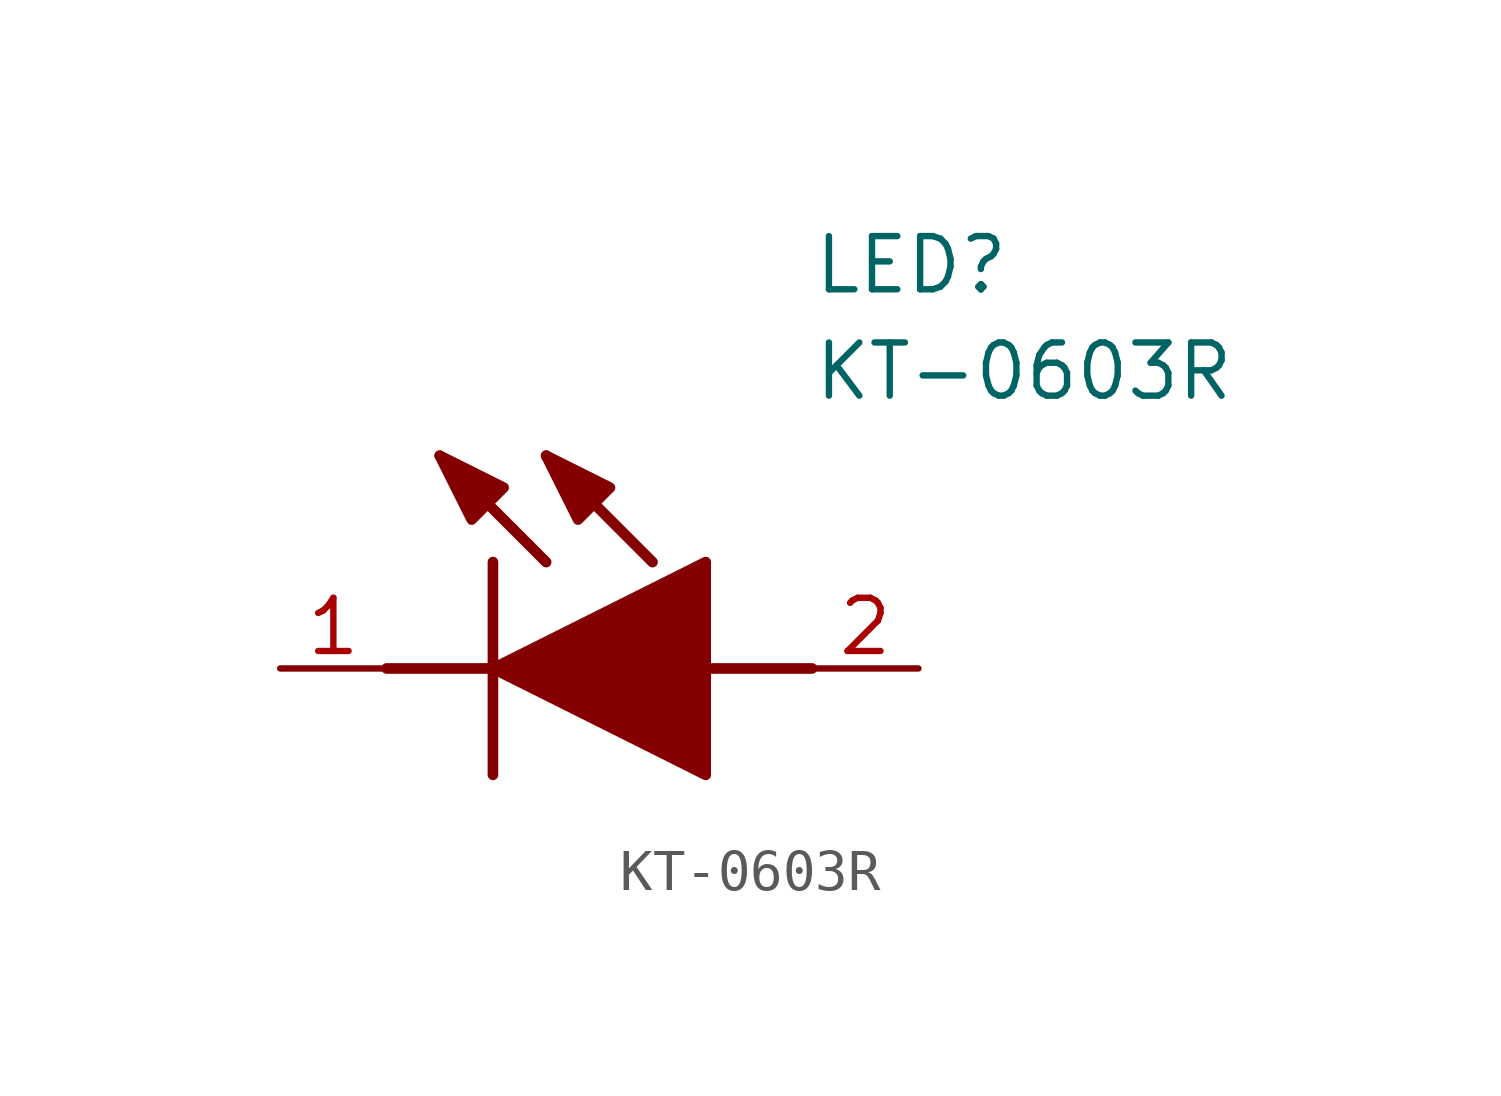
<source format=kicad_sym>
(kicad_symbol_lib
  (version 20220914)
  (generator SamacSys_ECAD_Model)
  (symbol "KT-0603R"
    (pin_names hide)
    (property "Reference" "LED"
      (at 12.7 8.89 0)
      (effects (font (size 1.27 1.27)) (justify left bottom)))
    (property "Value" "KT-0603R"
      (at 12.7 6.35 0)
      (effects (font (size 1.27 1.27)) (justify left bottom)))
    (polyline
      (pts (xy 5.08 2.54) (xy 5.08 -2.54))
      (stroke (width 0.254) (type default))
      (fill (type none)))
    (polyline
      (pts (xy 6.35 2.54) (xy 3.81 5.08))
      (stroke (width 0.254) (type default))
      (fill (type none)))
    (polyline
      (pts (xy 8.89 2.54) (xy 6.35 5.08))
      (stroke (width 0.254) (type default))
      (fill (type none)))
    (polyline
      (pts (xy 2.54 0) (xy 5.08 0))
      (stroke (width 0.254) (type default))
      (fill (type none)))
    (polyline
      (pts (xy 10.16 0) (xy 12.7 0))
      (stroke (width 0.254) (type default))
      (fill (type none)))
    (polyline
      (pts (xy 5.08 0) (xy 10.16 2.54) (xy 10.16 -2.54) (xy 5.08 0))
      (stroke (width 0.254) (type default))
      (fill (type outline)))
    (polyline
      (pts (xy 5.334 4.318) (xy 4.572 3.556) (xy 3.81 5.08) (xy 5.334 4.318))
      (stroke (width 0.254) (type default))
      (fill (type outline)))
    (polyline
      (pts (xy 7.874 4.318) (xy 7.112 3.556) (xy 6.35 5.08) (xy 7.874 4.318))
      (stroke (width 0.254) (type default))
      (fill (type outline)))
    (pin passive line
      (at 0 0 0)
      (length 2.54)
      (name "K" (effects (font (size 1.27 1.27))))
      (number "1" (effects (font (size 1.27 1.27)))))
    (pin passive line
      (at 15.24 0 180)
      (length 2.54)
      (name "A" (effects (font (size 1.27 1.27))))
      (number "2" (effects (font (size 1.27 1.27)))))))
</source>
